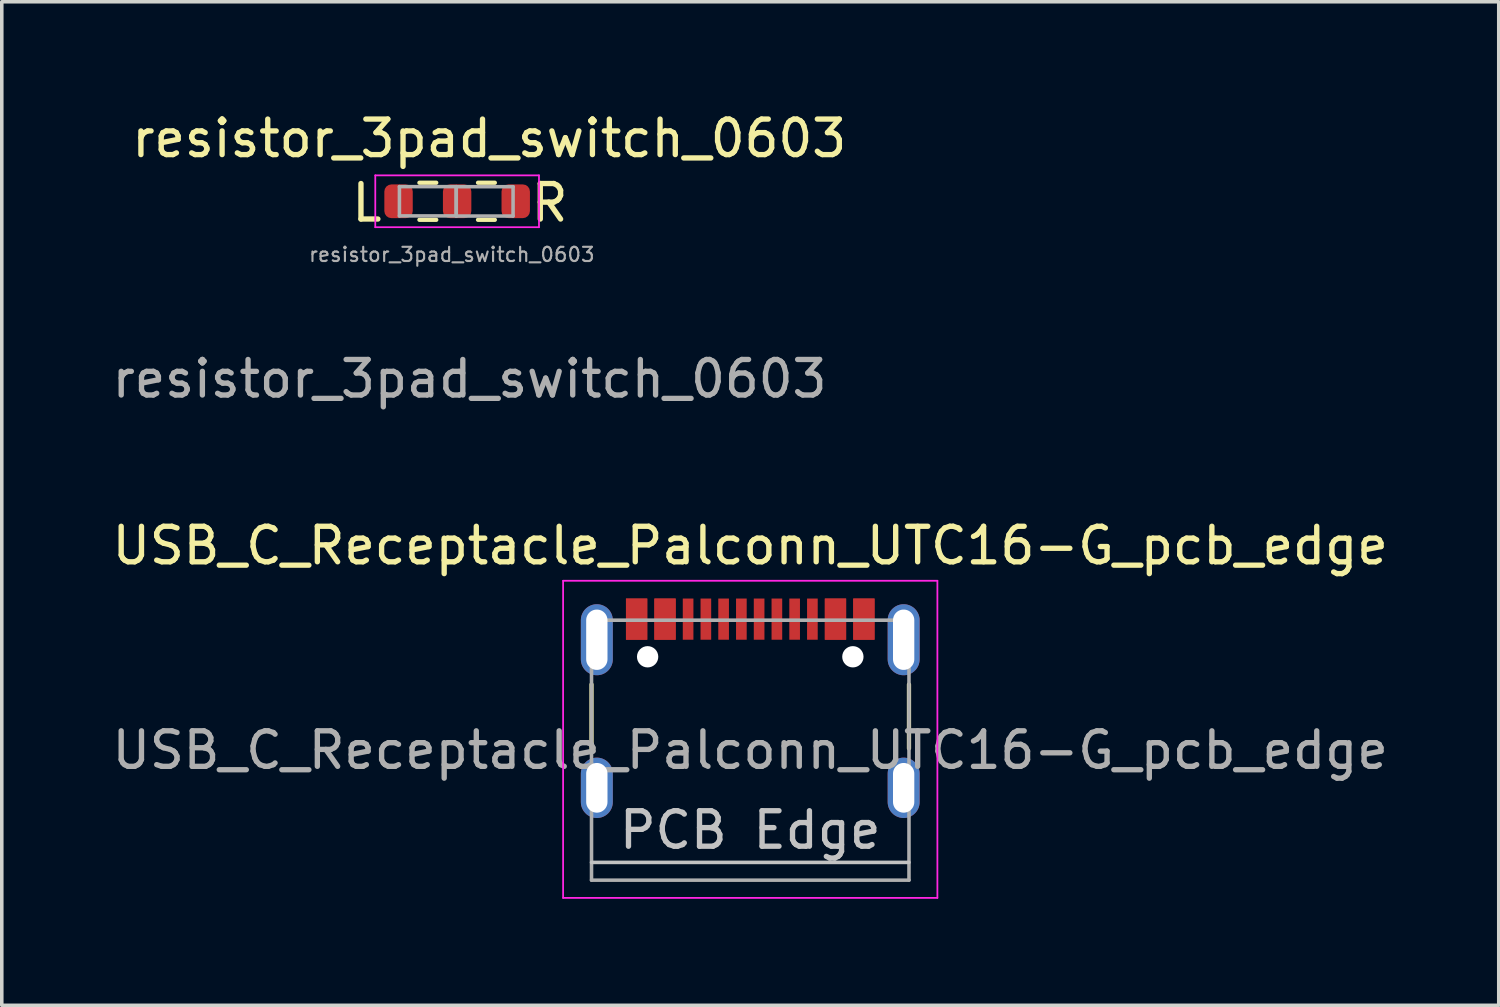
<source format=kicad_pcb>
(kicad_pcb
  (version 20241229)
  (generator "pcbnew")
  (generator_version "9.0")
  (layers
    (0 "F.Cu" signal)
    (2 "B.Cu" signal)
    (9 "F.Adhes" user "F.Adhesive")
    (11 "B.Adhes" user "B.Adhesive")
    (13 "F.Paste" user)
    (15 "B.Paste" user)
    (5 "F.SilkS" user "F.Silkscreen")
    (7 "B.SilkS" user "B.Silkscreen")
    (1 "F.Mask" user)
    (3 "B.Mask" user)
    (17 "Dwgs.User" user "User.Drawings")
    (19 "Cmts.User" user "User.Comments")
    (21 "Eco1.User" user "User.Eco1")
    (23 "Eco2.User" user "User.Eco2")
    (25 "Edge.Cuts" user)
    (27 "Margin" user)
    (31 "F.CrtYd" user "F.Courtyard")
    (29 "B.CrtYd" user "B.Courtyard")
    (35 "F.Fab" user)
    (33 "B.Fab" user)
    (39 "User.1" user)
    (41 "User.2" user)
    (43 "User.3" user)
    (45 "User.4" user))
  (footprint "USB_C_Receptacle_Palconn_UTC16-G_pcb_edge"
    (layer "F.Cu")
    (at 18.077 16.895)
    (property "Reference" "USB_C_Receptacle_Palconn_UTC16-G_pcb_edge" (at 0 -4.58 0) (layer "F.SilkS") (effects (font (size 1 1) (thickness 0.15))))
    (attr smd)
    (fp_line (start -4.47 -0.67) (end -4.47 1.13) (stroke (width 0.12) (type solid)) (layer "F.SilkS"))
    (fp_line (start 4.47 -0.67) (end 4.47 1.13) (stroke (width 0.12) (type solid)) (layer "F.SilkS"))
    (fp_line (start -4.47 4.34) (end 4.47 4.34) (stroke (width 0.1) (type solid)) (layer "Dwgs.User"))
    (fp_line (start -5.27 -3.59) (end -5.27 5.34) (stroke (width 0.05) (type solid)) (layer "F.CrtYd"))
    (fp_line (start -5.27 5.34) (end 5.27 5.34) (stroke (width 0.05) (type solid)) (layer "F.CrtYd"))
    (fp_line (start 5.27 -3.59) (end -5.27 -3.59) (stroke (width 0.05) (type solid)) (layer "F.CrtYd"))
    (fp_line (start 5.27 5.34) (end 5.27 -3.59) (stroke (width 0.05) (type solid)) (layer "F.CrtYd"))
    (fp_line (start -4.47 -2.48) (end -4.47 4.84) (stroke (width 0.1) (type solid)) (layer "F.Fab"))
    (fp_line (start -4.47 -2.48) (end 4.47 -2.48) (stroke (width 0.1) (type solid)) (layer "F.Fab"))
    (fp_line (start 4.47 -2.48) (end 4.47 4.84) (stroke (width 0.1) (type solid)) (layer "F.Fab"))
    (fp_line (start 4.47 4.84) (end -4.47 4.84) (stroke (width 0.1) (type solid)) (layer "F.Fab"))
    (fp_text user "PCB Edge" (at 0 3.43 0) (layer "Dwgs.User") (effects (font (size 1 1) (thickness 0.15))))
    (fp_text user "${REFERENCE}" (at 0 1.18 0) (layer "F.Fab") (effects (font (size 1 1) (thickness 0.15))))
    (pad "" np_thru_hole circle (at -2.89 -1.45 180) (size 0.6 0.6) (drill 0.6) (layers "*.Cu" "*.Mask"))
    (pad "" np_thru_hole circle (at 2.89 -1.45 180) (size 0.6 0.6) (drill 0.6) (layers "*.Cu" "*.Mask"))
    (pad "A1" smd rect (at -3.2 -2.51) (size 0.6 1.16) (layers "F.Cu" "F.Mask" "F.Paste"))
    (pad "A4" smd rect (at -2.4 -2.51) (size 0.6 1.16) (layers "F.Cu" "F.Mask" "F.Paste"))
    (pad "A5" smd rect (at -1.25 -2.51 180) (size 0.3 1.16) (layers "F.Cu" "F.Mask" "F.Paste"))
    (pad "A6" smd rect (at -0.25 -2.51 180) (size 0.3 1.16) (layers "F.Cu" "F.Mask" "F.Paste"))
    (pad "A7" smd rect (at 0.25 -2.51 180) (size 0.3 1.16) (layers "F.Cu" "F.Mask" "F.Paste"))
    (pad "A8" smd rect (at 1.25 -2.51 180) (size 0.3 1.16) (layers "F.Cu" "F.Mask" "F.Paste"))
    (pad "A9" smd rect (at 2.4 -2.51) (size 0.6 1.16) (layers "F.Cu" "F.Mask" "F.Paste"))
    (pad "A12" smd rect (at 3.2 -2.51) (size 0.6 1.16) (layers "F.Cu" "F.Mask" "F.Paste"))
    (pad "B1" smd rect (at 3.2 -2.51) (size 0.6 1.16) (layers "F.Cu" "F.Mask" "F.Paste"))
    (pad "B4" smd rect (at 2.4 -2.51) (size 0.6 1.16) (layers "F.Cu" "F.Mask" "F.Paste"))
    (pad "B5" smd rect (at 1.75 -2.51 180) (size 0.3 1.16) (layers "F.Cu" "F.Mask" "F.Paste"))
    (pad "B6" smd rect (at 0.75 -2.51 180) (size 0.3 1.16) (layers "F.Cu" "F.Mask" "F.Paste"))
    (pad "B7" smd rect (at -0.75 -2.51 180) (size 0.3 1.16) (layers "F.Cu" "F.Mask" "F.Paste"))
    (pad "B8" smd rect (at -1.75 -2.51 180) (size 0.3 1.16) (layers "F.Cu" "F.Mask" "F.Paste"))
    (pad "B9" smd rect (at -2.4 -2.51) (size 0.6 1.16) (layers "F.Cu" "F.Mask" "F.Paste"))
    (pad "B12" smd rect (at -3.2 -2.51) (size 0.6 1.16) (layers "F.Cu" "F.Mask" "F.Paste"))
    (pad "S1" thru_hole oval (at -4.32 -1.93 90) (size 2 0.9) (drill oval 1.7 0.6) (layers "*.Cu" "*.Mask"))
    (pad "S1" thru_hole oval (at -4.32 2.24 90) (size 1.7 0.9) (drill oval 1.4 0.6) (layers "*.Cu" "*.Mask"))
    (pad "S1" thru_hole oval (at 4.32 -1.93 90) (size 2 0.9) (drill oval 1.7 0.6) (layers "*.Cu" "*.Mask"))
    (pad "S1" thru_hole oval (at 4.32 2.24 90) (size 1.7 0.9) (drill oval 1.4 0.6) (layers "*.Cu" "*.Mask")))
  (footprint "resistor_3pad_switch_0603"
    (layer "F.Cu")
    (at 8.173 2.618)
    (property "Reference" "resistor_3pad_switch_0603" (at 2.555 -1.77 0) (unlocked yes) (layer "F.SilkS") (effects (font (size 1 1) (thickness 0.15))))
    (attr smd)
    (fp_line (start 0.588 -0.522) (end 1.062 -0.522) (stroke (width 0.12) (type solid)) (layer "F.SilkS"))
    (fp_line (start 0.588 0.522) (end 1.062 0.522) (stroke (width 0.12) (type solid)) (layer "F.SilkS"))
    (fp_line (start 2.238 -0.522) (end 2.712 -0.522) (stroke (width 0.12) (type solid)) (layer "F.SilkS"))
    (fp_line (start 2.238 0.522) (end 2.712 0.522) (stroke (width 0.12) (type solid)) (layer "F.SilkS"))
    (fp_line (start -0.655 -0.73) (end 3.955 -0.73) (stroke (width 0.05) (type solid)) (layer "F.CrtYd"))
    (fp_line (start -0.655 0.73) (end -0.655 -0.73) (stroke (width 0.05) (type solid)) (layer "F.CrtYd"))
    (fp_line (start 3.955 -0.73) (end 3.955 0.73) (stroke (width 0.05) (type solid)) (layer "F.CrtYd"))
    (fp_line (start 3.955 0.73) (end -0.655 0.73) (stroke (width 0.05) (type solid)) (layer "F.CrtYd"))
    (fp_line (start 0.025 -0.412) (end 1.625 -0.412) (stroke (width 0.1) (type solid)) (layer "F.Fab"))
    (fp_line (start 0.025 0.412) (end 0.025 -0.412) (stroke (width 0.1) (type solid)) (layer "F.Fab"))
    (fp_line (start 1.625 -0.412) (end 1.625 0.412) (stroke (width 0.1) (type solid)) (layer "F.Fab"))
    (fp_line (start 1.625 -0.41) (end 3.225 -0.41) (stroke (width 0.1) (type solid)) (layer "F.Fab"))
    (fp_line (start 1.625 0.412) (end 0.025 0.412) (stroke (width 0.1) (type solid)) (layer "F.Fab"))
    (fp_line (start 1.625 0.415) (end 1.625 -0.41) (stroke (width 0.1) (type solid)) (layer "F.Fab"))
    (fp_line (start 3.225 -0.41) (end 3.225 0.415) (stroke (width 0.1) (type solid)) (layer "F.Fab"))
    (fp_line (start 3.225 0.415) (end 1.625 0.415) (stroke (width 0.1) (type solid)) (layer "F.Fab"))
    (fp_text user "L" (at -1.395 0.63 0) (unlocked yes) (layer "F.SilkS") (effects (font (size 1 1) (thickness 0.15)) (justify left bottom)))
    (fp_text user "R" (at 3.655 0.63 0) (unlocked yes) (layer "F.SilkS") (effects (font (size 1 1) (thickness 0.15)) (justify left bottom)))
    (fp_text user "${REFERENCE}" (at 1.5 1.5 0) (layer "F.Fab") (effects (font (size 0.4 0.4) (thickness 0.06))))
    (fp_text user "${REFERENCE}" (at 2 5 0) (unlocked yes) (layer "F.Fab") (effects (font (size 1 1) (thickness 0.15))))
    (pad "1" smd roundrect (at 0 0) (size 0.8 0.95) (layers "F.Cu" "F.Mask" "F.Paste") (roundrect_rratio 0.25))
    (pad "2" smd roundrect (at 1.65 0) (size 0.8 0.95) (layers "F.Cu" "F.Mask" "F.Paste") (roundrect_rratio 0.25))
    (pad "3" smd roundrect (at 3.3 0) (size 0.8 0.95) (layers "F.Cu" "F.Mask" "F.Paste") (roundrect_rratio 0.25)))
  (gr_rect
    (start -3 -3)
    (end 39.155 25.26)
    (stroke (width 0.1) (type default))
    (fill no)
    (layer "Edge.Cuts")))
</source>
